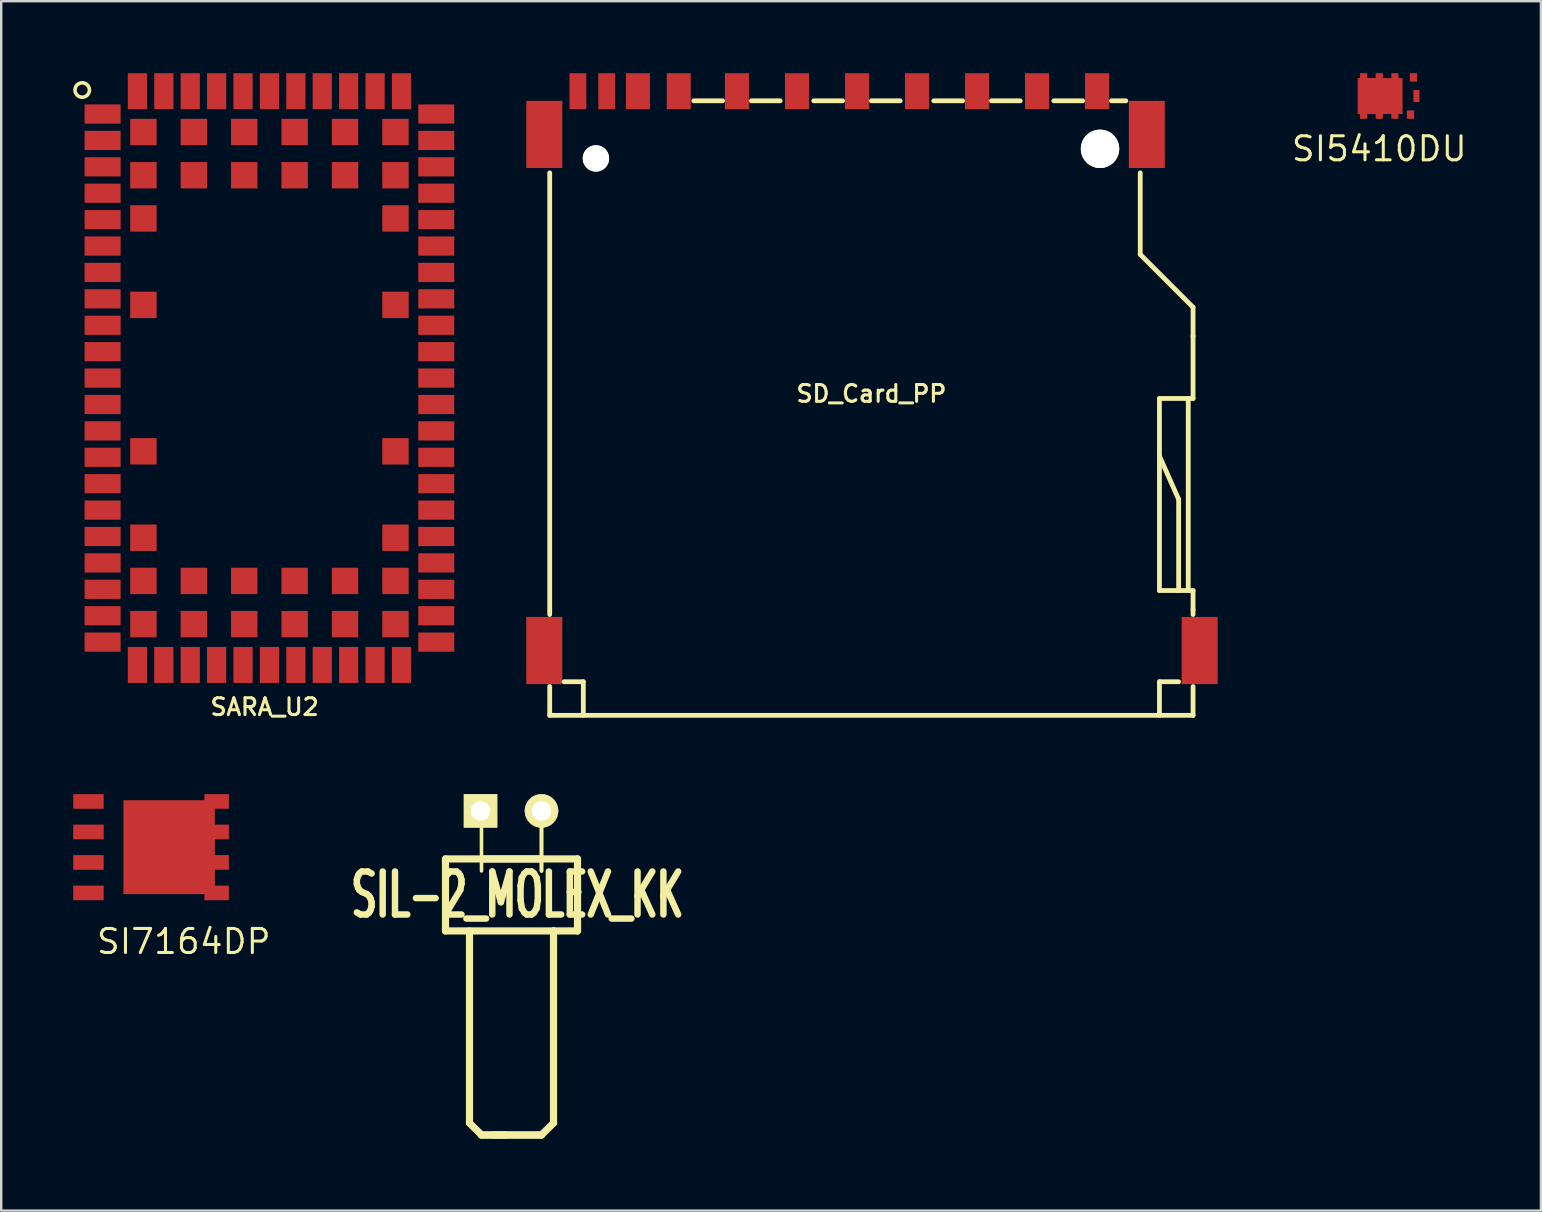
<source format=kicad_pcb>
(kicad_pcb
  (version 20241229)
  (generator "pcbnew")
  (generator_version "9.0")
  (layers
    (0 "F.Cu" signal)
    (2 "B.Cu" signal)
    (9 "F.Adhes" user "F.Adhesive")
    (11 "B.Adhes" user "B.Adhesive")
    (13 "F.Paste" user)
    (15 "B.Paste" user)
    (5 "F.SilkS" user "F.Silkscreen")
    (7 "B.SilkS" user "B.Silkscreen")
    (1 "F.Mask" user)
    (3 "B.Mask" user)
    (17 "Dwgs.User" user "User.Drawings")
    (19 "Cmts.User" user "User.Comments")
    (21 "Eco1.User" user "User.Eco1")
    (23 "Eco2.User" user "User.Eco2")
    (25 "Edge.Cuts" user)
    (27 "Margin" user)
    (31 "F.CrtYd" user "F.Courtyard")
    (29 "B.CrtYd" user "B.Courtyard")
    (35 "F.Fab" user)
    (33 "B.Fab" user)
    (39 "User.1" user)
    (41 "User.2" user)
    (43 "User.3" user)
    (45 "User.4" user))
  (footprint "SI5410DU"
    (layer "F.Cu")
    (at 54.408 0.95)
    (property "Reference" "SI5410DU" (at 0 2.2 0) (layer "F.SilkS") (effects (font (size 1 1) (thickness 0.127))))
    (attr through_hole)
    (pad "1" smd rect (at -0.65 0.775) (size 0.3 0.35) (layers "F.Cu" "F.Mask" "F.Paste"))
    (pad "2" smd rect (at 0 0.775) (size 0.3 0.35) (layers "F.Cu" "F.Mask" "F.Paste"))
    (pad "3" smd rect (at 0.65 0.775) (size 0.3 0.35) (layers "F.Cu" "F.Mask" "F.Paste"))
    (pad "4" smd rect (at 1.3 0.775) (size 0.3 0.35) (layers "F.Cu" "F.Mask" "F.Paste"))
    (pad "5" smd rect (at 1.425 -0.775) (size 0.3 0.35) (layers "F.Cu" "F.Mask" "F.Paste"))
    (pad "5" smd rect (at 1.55 0) (size 0.25 0.5) (layers "F.Cu" "F.Mask" "F.Paste"))
    (pad "6" smd rect (at 0.035 0) (size 1.87 1.5) (layers "F.Cu" "F.Mask" "F.Paste"))
    (pad "6" smd rect (at 0.65 -0.775) (size 0.3 0.35) (layers "F.Cu" "F.Mask" "F.Paste"))
    (pad "7" smd rect (at 0 -0.775) (size 0.3 0.35) (layers "F.Cu" "F.Mask" "F.Paste"))
    (pad "8" smd rect (at -0.65 -0.775) (size 0.3 0.35) (layers "F.Cu" "F.Mask" "F.Paste")))
  (footprint "SD_Card_PP"
    (layer "F.Cu")
    (at 33.275 0.75)
    (property "Reference" "SD_Card_PP" (at -0.025 12.6 0) (layer "F.SilkS") (effects (font (size 0.7 0.7) (thickness 0.127))))
    (attr through_hole)
    (fp_line (start -13.425 21.8) (end -13.425 3.4) (stroke (width 0.2) (type solid)) (layer "F.SilkS"))
    (fp_line (start -13.425 26) (end -13.425 24.8) (stroke (width 0.2) (type solid)) (layer "F.SilkS"))
    (fp_line (start -12.825 24.6) (end -12.025 24.6) (stroke (width 0.2) (type solid)) (layer "F.SilkS"))
    (fp_line (start -12.025 24.6) (end -12.025 26) (stroke (width 0.2) (type solid)) (layer "F.SilkS"))
    (fp_line (start -7.425 0.4) (end -6.225 0.4) (stroke (width 0.2) (type solid)) (layer "F.SilkS"))
    (fp_line (start -5.025 0.4) (end -3.825 0.4) (stroke (width 0.2) (type solid)) (layer "F.SilkS"))
    (fp_line (start -2.425 0.4) (end -1.225 0.4) (stroke (width 0.2) (type solid)) (layer "F.SilkS"))
    (fp_line (start -0.025 0.4) (end 1.175 0.4) (stroke (width 0.2) (type solid)) (layer "F.SilkS"))
    (fp_line (start 2.575 0.4) (end 3.775 0.4) (stroke (width 0.2) (type solid)) (layer "F.SilkS"))
    (fp_line (start 4.975 0.4) (end 6.175 0.4) (stroke (width 0.2) (type solid)) (layer "F.SilkS"))
    (fp_line (start 7.575 0.4) (end 8.775 0.4) (stroke (width 0.2) (type solid)) (layer "F.SilkS"))
    (fp_line (start 9.975 0.4) (end 10.575 0.4) (stroke (width 0.2) (type solid)) (layer "F.SilkS"))
    (fp_line (start 11.175 3.4) (end 11.175 6.8) (stroke (width 0.2) (type solid)) (layer "F.SilkS"))
    (fp_line (start 11.175 6.8) (end 13.375 9) (stroke (width 0.2) (type solid)) (layer "F.SilkS"))
    (fp_line (start 11.975 12.8) (end 13.375 12.8) (stroke (width 0.2) (type solid)) (layer "F.SilkS"))
    (fp_line (start 11.975 20.8) (end 11.975 12.8) (stroke (width 0.2) (type solid)) (layer "F.SilkS"))
    (fp_line (start 11.975 24.6) (end 11.975 26) (stroke (width 0.2) (type solid)) (layer "F.SilkS"))
    (fp_line (start 12.775 17) (end 11.975 15.2) (stroke (width 0.2) (type solid)) (layer "F.SilkS"))
    (fp_line (start 12.775 20.8) (end 12.775 17) (stroke (width 0.2) (type solid)) (layer "F.SilkS"))
    (fp_line (start 12.775 24.6) (end 11.975 24.6) (stroke (width 0.2) (type solid)) (layer "F.SilkS"))
    (fp_line (start 13.175 12.8) (end 13.175 20.8) (stroke (width 0.2) (type solid)) (layer "F.SilkS"))
    (fp_line (start 13.375 9) (end 13.375 10.2) (stroke (width 0.2) (type solid)) (layer "F.SilkS"))
    (fp_line (start 13.375 10.2) (end 13.375 12.8) (stroke (width 0.2) (type solid)) (layer "F.SilkS"))
    (fp_line (start 13.375 20.8) (end 11.975 20.8) (stroke (width 0.2) (type solid)) (layer "F.SilkS"))
    (fp_line (start 13.375 21.6) (end 13.375 20.8) (stroke (width 0.2) (type solid)) (layer "F.SilkS"))
    (fp_line (start 13.375 21.8) (end 13.375 21.6) (stroke (width 0.2) (type solid)) (layer "F.SilkS"))
    (fp_line (start 13.375 24.8) (end 13.375 26) (stroke (width 0.2) (type solid)) (layer "F.SilkS"))
    (fp_line (start 13.375 26) (end -13.425 26) (stroke (width 0.2) (type solid)) (layer "F.SilkS"))
    (pad "" np_thru_hole circle (at -11.5 2.8) (size 1.1 1.1) (drill 1.1) (layers "*.Cu" "*.Mask" "F.SilkS"))
    (pad "" np_thru_hole circle (at 9.5 2.4) (size 1.6 1.6) (drill 1.6) (layers "*.Cu" "*.Mask" "F.SilkS"))
    (pad "1" smd rect (at 6.875 0) (size 1 1.5) (layers "F.Cu" "F.Mask" "F.Paste"))
    (pad "2" smd rect (at 4.375 0) (size 1 1.5) (layers "F.Cu" "F.Mask" "F.Paste"))
    (pad "3" smd rect (at -13.65 1.8) (size 1.5 2.8) (layers "F.Cu" "F.Mask" "F.Paste"))
    (pad "3" smd rect (at -13.65 23.3) (size 1.5 2.8) (layers "F.Cu" "F.Mask" "F.Paste"))
    (pad "3" smd rect (at 1.875 0) (size 1 1.5) (layers "F.Cu" "F.Mask" "F.Paste"))
    (pad "3" smd rect (at 11.45 1.8) (size 1.5 2.8) (layers "F.Cu" "F.Mask" "F.Paste"))
    (pad "3" smd rect (at 13.65 23.3) (size 1.5 2.8) (layers "F.Cu" "F.Mask" "F.Paste"))
    (pad "4" smd rect (at -0.625 0) (size 1 1.5) (layers "F.Cu" "F.Mask" "F.Paste"))
    (pad "5" smd rect (at -3.125 0) (size 1 1.5) (layers "F.Cu" "F.Mask" "F.Paste"))
    (pad "6" smd rect (at -5.625 0) (size 1 1.5) (layers "F.Cu" "F.Mask" "F.Paste"))
    (pad "7" smd rect (at -8.05 0) (size 1 1.5) (layers "F.Cu" "F.Mask" "F.Paste"))
    (pad "8" smd rect (at -9.75 0) (size 1 1.5) (layers "F.Cu" "F.Mask" "F.Paste"))
    (pad "9" smd rect (at 9.375 0) (size 1 1.5) (layers "F.Cu" "F.Mask" "F.Paste"))
    (pad "10" smd rect (at -12.25 0) (size 0.7 1.5) (layers "F.Cu" "F.Mask" "F.Paste"))
    (pad "11" smd rect (at -11.05 0) (size 0.7 1.5) (layers "F.Cu" "F.Mask" "F.Paste")))
  (footprint "SARA_U2"
    (layer "F.Cu")
    (at 8.175 12.7)
    (property "Reference" "SARA_U2" (at -0.201 13.7 0) (layer "F.SilkS") (effects (font (size 0.7 0.7) (thickness 0.127))))
    (attr smd)
    (fp_circle (center -7.8 -12) (end -7.8 -12.3) (stroke (width 0.15) (type solid)) (fill no) (layer "F.SilkS"))
    (pad "1" smd rect (at -6.95 -11) (size 1.5 0.8) (layers "F.Cu" "F.Mask" "F.Paste"))
    (pad "2" smd rect (at -6.95 -9.9) (size 1.5 0.8) (layers "F.Cu" "F.Mask" "F.Paste"))
    (pad "3" smd rect (at -6.95 -8.8) (size 1.5 0.8) (layers "F.Cu" "F.Mask" "F.Paste"))
    (pad "4" smd rect (at -6.95 -7.7) (size 1.5 0.8) (layers "F.Cu" "F.Mask" "F.Paste"))
    (pad "5" smd rect (at -6.95 -6.6) (size 1.5 0.8) (layers "F.Cu" "F.Mask" "F.Paste"))
    (pad "6" smd rect (at -6.95 -5.5) (size 1.5 0.8) (layers "F.Cu" "F.Mask" "F.Paste"))
    (pad "7" smd rect (at -6.95 -4.4) (size 1.5 0.8) (layers "F.Cu" "F.Mask" "F.Paste"))
    (pad "8" smd rect (at -6.95 -3.3) (size 1.5 0.8) (layers "F.Cu" "F.Mask" "F.Paste"))
    (pad "9" smd rect (at -6.95 -2.2) (size 1.5 0.8) (layers "F.Cu" "F.Mask" "F.Paste"))
    (pad "10" smd rect (at -6.95 -1.1) (size 1.5 0.8) (layers "F.Cu" "F.Mask" "F.Paste"))
    (pad "11" smd rect (at -6.95 0) (size 1.5 0.8) (layers "F.Cu" "F.Mask" "F.Paste"))
    (pad "12" smd rect (at -6.95 1.1) (size 1.5 0.8) (layers "F.Cu" "F.Mask" "F.Paste"))
    (pad "13" smd rect (at -6.95 2.2) (size 1.5 0.8) (layers "F.Cu" "F.Mask" "F.Paste"))
    (pad "14" smd rect (at -6.95 3.3) (size 1.5 0.8) (layers "F.Cu" "F.Mask" "F.Paste"))
    (pad "15" smd rect (at -6.95 4.4) (size 1.5 0.8) (layers "F.Cu" "F.Mask" "F.Paste"))
    (pad "16" smd rect (at -6.95 5.5) (size 1.5 0.8) (layers "F.Cu" "F.Mask" "F.Paste"))
    (pad "17" smd rect (at -6.95 6.6) (size 1.5 0.8) (layers "F.Cu" "F.Mask" "F.Paste"))
    (pad "18" smd rect (at -6.95 7.7) (size 1.5 0.8) (layers "F.Cu" "F.Mask" "F.Paste"))
    (pad "19" smd rect (at -6.95 8.8) (size 1.5 0.8) (layers "F.Cu" "F.Mask" "F.Paste"))
    (pad "20" smd rect (at -6.95 9.9) (size 1.5 0.8) (layers "F.Cu" "F.Mask" "F.Paste"))
    (pad "21" smd rect (at -6.95 11) (size 1.5 0.8) (layers "F.Cu" "F.Mask" "F.Paste"))
    (pad "22" smd rect (at -5.5 11.95) (size 0.8 1.5) (layers "F.Cu" "F.Mask" "F.Paste"))
    (pad "23" smd rect (at -4.4 11.95) (size 0.8 1.5) (layers "F.Cu" "F.Mask" "F.Paste"))
    (pad "24" smd rect (at -3.3 11.95) (size 0.8 1.5) (layers "F.Cu" "F.Mask" "F.Paste"))
    (pad "25" smd rect (at -2.2 11.95) (size 0.8 1.5) (layers "F.Cu" "F.Mask" "F.Paste"))
    (pad "26" smd rect (at -1.1 11.95) (size 0.8 1.5) (layers "F.Cu" "F.Mask" "F.Paste"))
    (pad "27" smd rect (at 0 11.95) (size 0.8 1.5) (layers "F.Cu" "F.Mask" "F.Paste"))
    (pad "28" smd rect (at 1.1 11.95) (size 0.8 1.5) (layers "F.Cu" "F.Mask" "F.Paste"))
    (pad "29" smd rect (at 2.2 11.95) (size 0.8 1.5) (layers "F.Cu" "F.Mask" "F.Paste"))
    (pad "30" smd rect (at 3.3 11.95) (size 0.8 1.5) (layers "F.Cu" "F.Mask" "F.Paste"))
    (pad "31" smd rect (at 4.4 11.95) (size 0.8 1.5) (layers "F.Cu" "F.Mask" "F.Paste"))
    (pad "32" smd rect (at 5.5 11.95) (size 0.8 1.5) (layers "F.Cu" "F.Mask" "F.Paste"))
    (pad "33" smd rect (at 6.95 11) (size 1.5 0.8) (layers "F.Cu" "F.Mask" "F.Paste"))
    (pad "34" smd rect (at 6.95 9.9) (size 1.5 0.8) (layers "F.Cu" "F.Mask" "F.Paste"))
    (pad "35" smd rect (at 6.95 8.8) (size 1.5 0.8) (layers "F.Cu" "F.Mask" "F.Paste"))
    (pad "36" smd rect (at 6.95 7.7) (size 1.5 0.8) (layers "F.Cu" "F.Mask" "F.Paste"))
    (pad "37" smd rect (at 6.95 6.6) (size 1.5 0.8) (layers "F.Cu" "F.Mask" "F.Paste"))
    (pad "38" smd rect (at 6.95 5.5) (size 1.5 0.8) (layers "F.Cu" "F.Mask" "F.Paste"))
    (pad "39" smd rect (at 6.95 4.4) (size 1.5 0.8) (layers "F.Cu" "F.Mask" "F.Paste"))
    (pad "40" smd rect (at 6.95 3.3) (size 1.5 0.8) (layers "F.Cu" "F.Mask" "F.Paste"))
    (pad "41" smd rect (at 6.95 2.2) (size 1.5 0.8) (layers "F.Cu" "F.Mask" "F.Paste"))
    (pad "42" smd rect (at 6.95 1.1) (size 1.5 0.8) (layers "F.Cu" "F.Mask" "F.Paste"))
    (pad "43" smd rect (at 6.95 0) (size 1.5 0.8) (layers "F.Cu" "F.Mask" "F.Paste"))
    (pad "44" smd rect (at 6.95 -1.1) (size 1.5 0.8) (layers "F.Cu" "F.Mask" "F.Paste"))
    (pad "45" smd rect (at 6.95 -2.2) (size 1.5 0.8) (layers "F.Cu" "F.Mask" "F.Paste"))
    (pad "46" smd rect (at 6.95 -3.3) (size 1.5 0.8) (layers "F.Cu" "F.Mask" "F.Paste"))
    (pad "47" smd rect (at 6.95 -4.4) (size 1.5 0.8) (layers "F.Cu" "F.Mask" "F.Paste"))
    (pad "48" smd rect (at 6.95 -5.5) (size 1.5 0.8) (layers "F.Cu" "F.Mask" "F.Paste"))
    (pad "49" smd rect (at 6.95 -6.6) (size 1.5 0.8) (layers "F.Cu" "F.Mask" "F.Paste"))
    (pad "50" smd rect (at 6.95 -7.7) (size 1.5 0.8) (layers "F.Cu" "F.Mask" "F.Paste"))
    (pad "51" smd rect (at 6.95 -8.8) (size 1.5 0.8) (layers "F.Cu" "F.Mask" "F.Paste"))
    (pad "52" smd rect (at 6.95 -9.9) (size 1.5 0.8) (layers "F.Cu" "F.Mask" "F.Paste"))
    (pad "53" smd rect (at 6.95 -11) (size 1.5 0.8) (layers "F.Cu" "F.Mask" "F.Paste"))
    (pad "54" smd rect (at 5.5 -11.95) (size 0.8 1.5) (layers "F.Cu" "F.Mask" "F.Paste"))
    (pad "55" smd rect (at 4.4 -11.95) (size 0.8 1.5) (layers "F.Cu" "F.Mask" "F.Paste"))
    (pad "56" smd rect (at 3.3 -11.95) (size 0.8 1.5) (layers "F.Cu" "F.Mask" "F.Paste"))
    (pad "57" smd rect (at 2.2 -11.95) (size 0.8 1.5) (layers "F.Cu" "F.Mask" "F.Paste"))
    (pad "58" smd rect (at 1.1 -11.95) (size 0.8 1.5) (layers "F.Cu" "F.Mask" "F.Paste"))
    (pad "59" smd rect (at 0 -11.95) (size 0.8 1.5) (layers "F.Cu" "F.Mask" "F.Paste"))
    (pad "60" smd rect (at -1.1 -11.95) (size 0.8 1.5) (layers "F.Cu" "F.Mask" "F.Paste"))
    (pad "61" smd rect (at -2.2 -11.95) (size 0.8 1.5) (layers "F.Cu" "F.Mask" "F.Paste"))
    (pad "62" smd rect (at -3.3 -11.95) (size 0.8 1.5) (layers "F.Cu" "F.Mask" "F.Paste"))
    (pad "63" smd rect (at -4.4 -11.95) (size 0.8 1.5) (layers "F.Cu" "F.Mask" "F.Paste"))
    (pad "64" smd rect (at -5.5 -11.95) (size 0.8 1.5) (layers "F.Cu" "F.Mask" "F.Paste"))
    (pad "65" smd rect (at -5.25 -10.25) (size 1.1 1.1) (layers "F.Cu" "F.Mask" "F.Paste"))
    (pad "66" smd rect (at -3.15 -10.25) (size 1.1 1.1) (layers "F.Cu" "F.Mask" "F.Paste"))
    (pad "67" smd rect (at -1.05 -10.25) (size 1.1 1.1) (layers "F.Cu" "F.Mask" "F.Paste"))
    (pad "68" smd rect (at 1.05 -10.25) (size 1.1 1.1) (layers "F.Cu" "F.Mask" "F.Paste"))
    (pad "69" smd rect (at 3.15 -10.25) (size 1.1 1.1) (layers "F.Cu" "F.Mask" "F.Paste"))
    (pad "70" smd rect (at 5.25 -10.25) (size 1.1 1.1) (layers "F.Cu" "F.Mask" "F.Paste"))
    (pad "71" smd rect (at -5.25 -8.45) (size 1.1 1.1) (layers "F.Cu" "F.Mask" "F.Paste"))
    (pad "72" smd rect (at -3.15 -8.45) (size 1.1 1.1) (layers "F.Cu" "F.Mask" "F.Paste"))
    (pad "73" smd rect (at -1.05 -8.45) (size 1.1 1.1) (layers "F.Cu" "F.Mask" "F.Paste"))
    (pad "74" smd rect (at 1.05 -8.45) (size 1.1 1.1) (layers "F.Cu" "F.Mask" "F.Paste"))
    (pad "75" smd rect (at 3.15 -8.45) (size 1.1 1.1) (layers "F.Cu" "F.Mask" "F.Paste"))
    (pad "76" smd rect (at 5.25 -8.45) (size 1.1 1.1) (layers "F.Cu" "F.Mask" "F.Paste"))
    (pad "77" smd rect (at -5.25 -6.65) (size 1.1 1.1) (layers "F.Cu" "F.Mask" "F.Paste"))
    (pad "78" smd rect (at 5.25 -6.65) (size 1.1 1.1) (layers "F.Cu" "F.Mask" "F.Paste"))
    (pad "79" smd rect (at -5.25 -3.05) (size 1.1 1.1) (layers "F.Cu" "F.Mask" "F.Paste"))
    (pad "80" smd rect (at 5.25 -3.05) (size 1.1 1.1) (layers "F.Cu" "F.Mask" "F.Paste"))
    (pad "81" smd rect (at -5.25 3.05) (size 1.1 1.1) (layers "F.Cu" "F.Mask" "F.Paste"))
    (pad "82" smd rect (at 5.25 3.05) (size 1.1 1.1) (layers "F.Cu" "F.Mask" "F.Paste"))
    (pad "83" smd rect (at -5.25 6.65) (size 1.1 1.1) (layers "F.Cu" "F.Mask" "F.Paste"))
    (pad "84" smd rect (at 5.25 6.65) (size 1.1 1.1) (layers "F.Cu" "F.Mask" "F.Paste"))
    (pad "85" smd rect (at -5.25 8.45) (size 1.1 1.1) (layers "F.Cu" "F.Mask" "F.Paste"))
    (pad "86" smd rect (at -3.15 8.45) (size 1.1 1.1) (layers "F.Cu" "F.Mask" "F.Paste"))
    (pad "87" smd rect (at -1.05 8.45) (size 1.1 1.1) (layers "F.Cu" "F.Mask" "F.Paste"))
    (pad "88" smd rect (at 1.05 8.45) (size 1.1 1.1) (layers "F.Cu" "F.Mask" "F.Paste"))
    (pad "89" smd rect (at 3.15 8.45) (size 1.1 1.1) (layers "F.Cu" "F.Mask" "F.Paste"))
    (pad "90" smd rect (at 5.25 8.45) (size 1.1 1.1) (layers "F.Cu" "F.Mask" "F.Paste"))
    (pad "91" smd rect (at -5.25 10.25) (size 1.1 1.1) (layers "F.Cu" "F.Mask" "F.Paste"))
    (pad "92" smd rect (at -3.15 10.25) (size 1.1 1.1) (layers "F.Cu" "F.Mask" "F.Paste"))
    (pad "93" smd rect (at -1.05 10.25) (size 1.1 1.1) (layers "F.Cu" "F.Mask" "F.Paste"))
    (pad "94" smd rect (at 1.05 10.25) (size 1.1 1.1) (layers "F.Cu" "F.Mask" "F.Paste"))
    (pad "95" smd rect (at 3.15 10.25) (size 1.1 1.1) (layers "F.Cu" "F.Mask" "F.Paste"))
    (pad "96" smd rect (at 5.25 10.25) (size 1.1 1.1) (layers "F.Cu" "F.Mask" "F.Paste")))
  (footprint "SI7164DP"
    (layer "F.Cu")
    (at 3.655 32.262)
    (property "Reference" "SI7164DP" (at 0.95 3.91 0) (layer "F.SilkS") (effects (font (size 1 1) (thickness 0.127))))
    (attr through_hole)
    (pad "1" smd rect (at -3.02 -1.925) (size 1.27 0.61) (layers "F.Cu" "F.Mask" "F.Paste"))
    (pad "2" smd rect (at -3.02 -0.655) (size 1.27 0.61) (layers "F.Cu" "F.Mask" "F.Paste"))
    (pad "3" smd rect (at -3.02 0.615) (size 1.27 0.61) (layers "F.Cu" "F.Mask" "F.Paste"))
    (pad "4" smd rect (at -3.02 1.885) (size 1.27 0.61) (layers "F.Cu" "F.Mask" "F.Paste"))
    (pad "5" smd rect (at 0.34 -0.02) (size 3.81 3.91) (layers "F.Cu" "F.Mask" "F.Paste"))
    (pad "5" smd rect (at 2.32 1.885) (size 1.02 0.61) (layers "F.Cu" "F.Mask" "F.Paste"))
    (pad "6" smd rect (at 2.32 0.615) (size 1.02 0.61) (layers "F.Cu" "F.Mask" "F.Paste"))
    (pad "7" smd rect (at 2.32 -0.655) (size 1.02 0.61) (layers "F.Cu" "F.Mask" "F.Paste"))
    (pad "8" smd rect (at 2.32 -1.925) (size 1.02 0.61) (layers "F.Cu" "F.Mask" "F.Paste")))
  (footprint "SIL-2_MOLEX_KK"
    (layer "F.Cu")
    (at 19.508 30.731)
    (property "Reference" "SIL-2_MOLEX_KK" (at -1 3.5 0) (layer "F.SilkS") (effects (font (size 1.791 1.077) (thickness 0.269))))
    (attr through_hole)
    (fp_line (start -4 2) (end -4 5) (stroke (width 0.3) (type solid)) (layer "F.SilkS"))
    (fp_line (start -4 5) (end 0.5 5) (stroke (width 0.3) (type solid)) (layer "F.SilkS"))
    (fp_line (start -3 5) (end -3 13) (stroke (width 0.3) (type solid)) (layer "F.SilkS"))
    (fp_line (start -3 13) (end -2.5 13.5) (stroke (width 0.3) (type solid)) (layer "F.SilkS"))
    (fp_line (start -2.5 0) (end -2.5 2) (stroke (width 0.15) (type solid)) (layer "F.SilkS"))
    (fp_line (start -2.5 2) (end -2.5 2.5) (stroke (width 0.15) (type solid)) (layer "F.SilkS"))
    (fp_line (start -2.5 2) (end 1.5 2) (stroke (width 0.3) (type solid)) (layer "F.SilkS"))
    (fp_line (start -2 13.5) (end 0 13.5) (stroke (width 0.3) (type solid)) (layer "F.SilkS"))
    (fp_line (start -1.5 13.5) (end -2.5 13.5) (stroke (width 0.3) (type solid)) (layer "F.SilkS"))
    (fp_line (start 0 0) (end 0 2.5) (stroke (width 0.15) (type solid)) (layer "F.SilkS"))
    (fp_line (start 0 0) (end 0 2.5) (stroke (width 0.15) (type solid)) (layer "F.SilkS"))
    (fp_line (start 0 2) (end -4 2) (stroke (width 0.3) (type solid)) (layer "F.SilkS"))
    (fp_line (start 0 13.5) (end -2.5 13.5) (stroke (width 0.3) (type solid)) (layer "F.SilkS"))
    (fp_line (start 0.5 5) (end 0.5 13) (stroke (width 0.3) (type solid)) (layer "F.SilkS"))
    (fp_line (start 0.5 13) (end 0 13.5) (stroke (width 0.3) (type solid)) (layer "F.SilkS"))
    (fp_line (start 1.5 2) (end -2.5 2) (stroke (width 0.15) (type solid)) (layer "F.SilkS"))
    (fp_line (start 1.5 2) (end 1.5 5) (stroke (width 0.3) (type solid)) (layer "F.SilkS"))
    (fp_line (start 1.5 5) (end 0.5 5) (stroke (width 0.3) (type solid)) (layer "F.SilkS"))
    (pad "1" thru_hole rect (at -2.54 0) (size 1.397 1.397) (drill 0.813) (layers "*.Cu" "*.Mask" "F.SilkS"))
    (pad "2" thru_hole circle (at 0 0) (size 1.397 1.397) (drill 0.813) (layers "*.Cu" "*.Mask" "F.SilkS")))
  (gr_rect
    (start -3 -3)
    (end 61.142 47.381)
    (stroke (width 0.1) (type default))
    (fill no)
    (layer "Edge.Cuts")))
</source>
